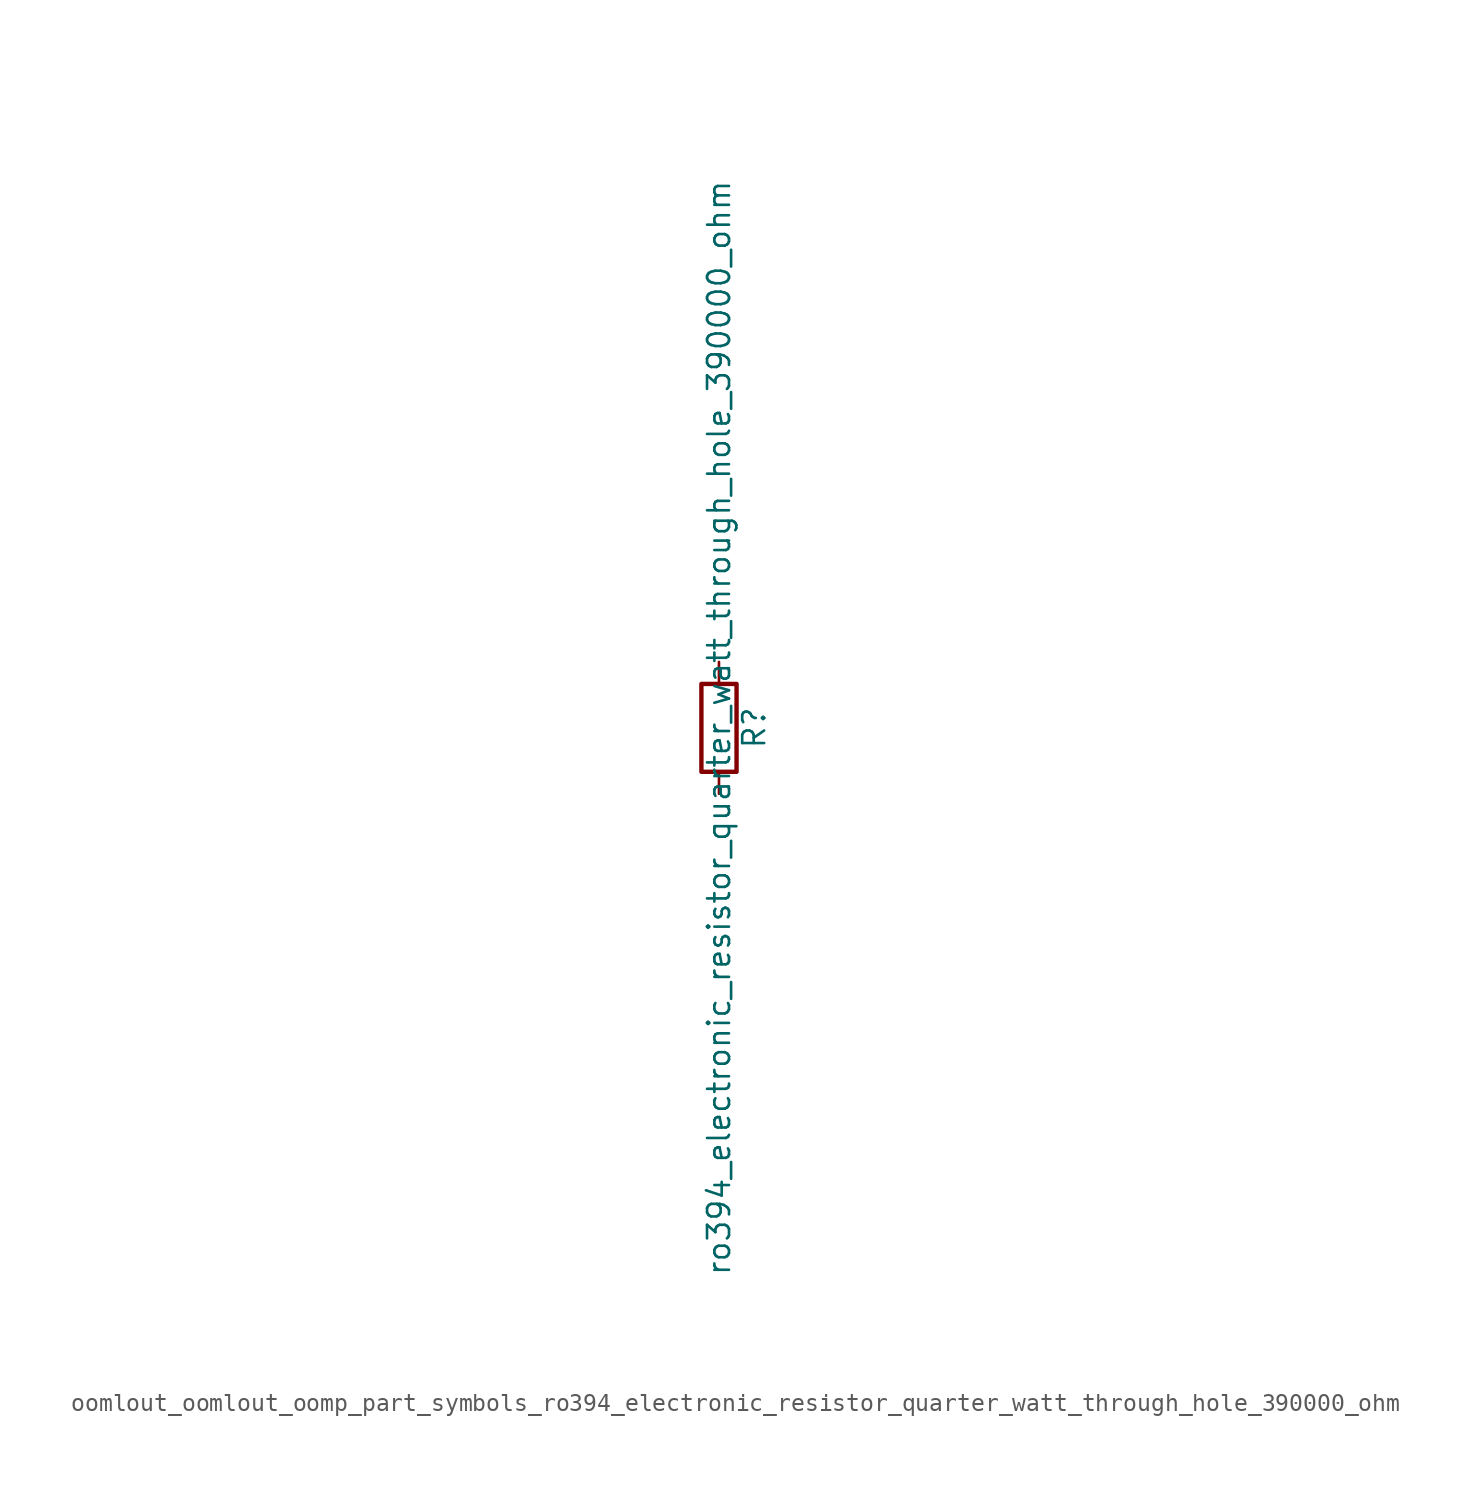
<source format=kicad_sym>
(kicad_symbol_lib
  (version 20220914)
  (generator kicad_symbol_editor)
  (symbol "oomlout_oomlout_oomp_part_symbols_ro394_electronic_resistor_quarter_watt_through_hole_390000_ohm"
    (pin_numbers hide)
    (pin_names
      (offset 0))
    (property "Reference" "R"
      (at 2.032 0 90)
      (effects (font (size 1.27 1.27))))
    (property "Value" "ro394_electronic_resistor_quarter_watt_through_hole_390000_ohm"
      (at 0 0 90)
      (effects (font (size 1.27 1.27))))
    (symbol "oomlout_oomlout_oomp_part_symbols_ro394_electronic_resistor_quarter_watt_through_hole_390000_ohm_0_1"
      (rectangle (start -1.016 -2.54) (end 1.016 2.54) (stroke (width 0.254) (type default)) (fill (type none))))
    (symbol "oomlout_oomlout_oomp_part_symbols_ro394_electronic_resistor_quarter_watt_through_hole_390000_ohm_1_1"
      (pin passive line (at 0 3.81 270) (length 1.27) (name "~" (effects (font (size 1.27 1.27)))) (number "1" (effects (font (size 1.27 1.27)))))
      (pin passive line (at 0 -3.81 90) (length 1.27) (name "~" (effects (font (size 1.27 1.27)))) (number "2" (effects (font (size 1.27 1.27))))))))
</source>
